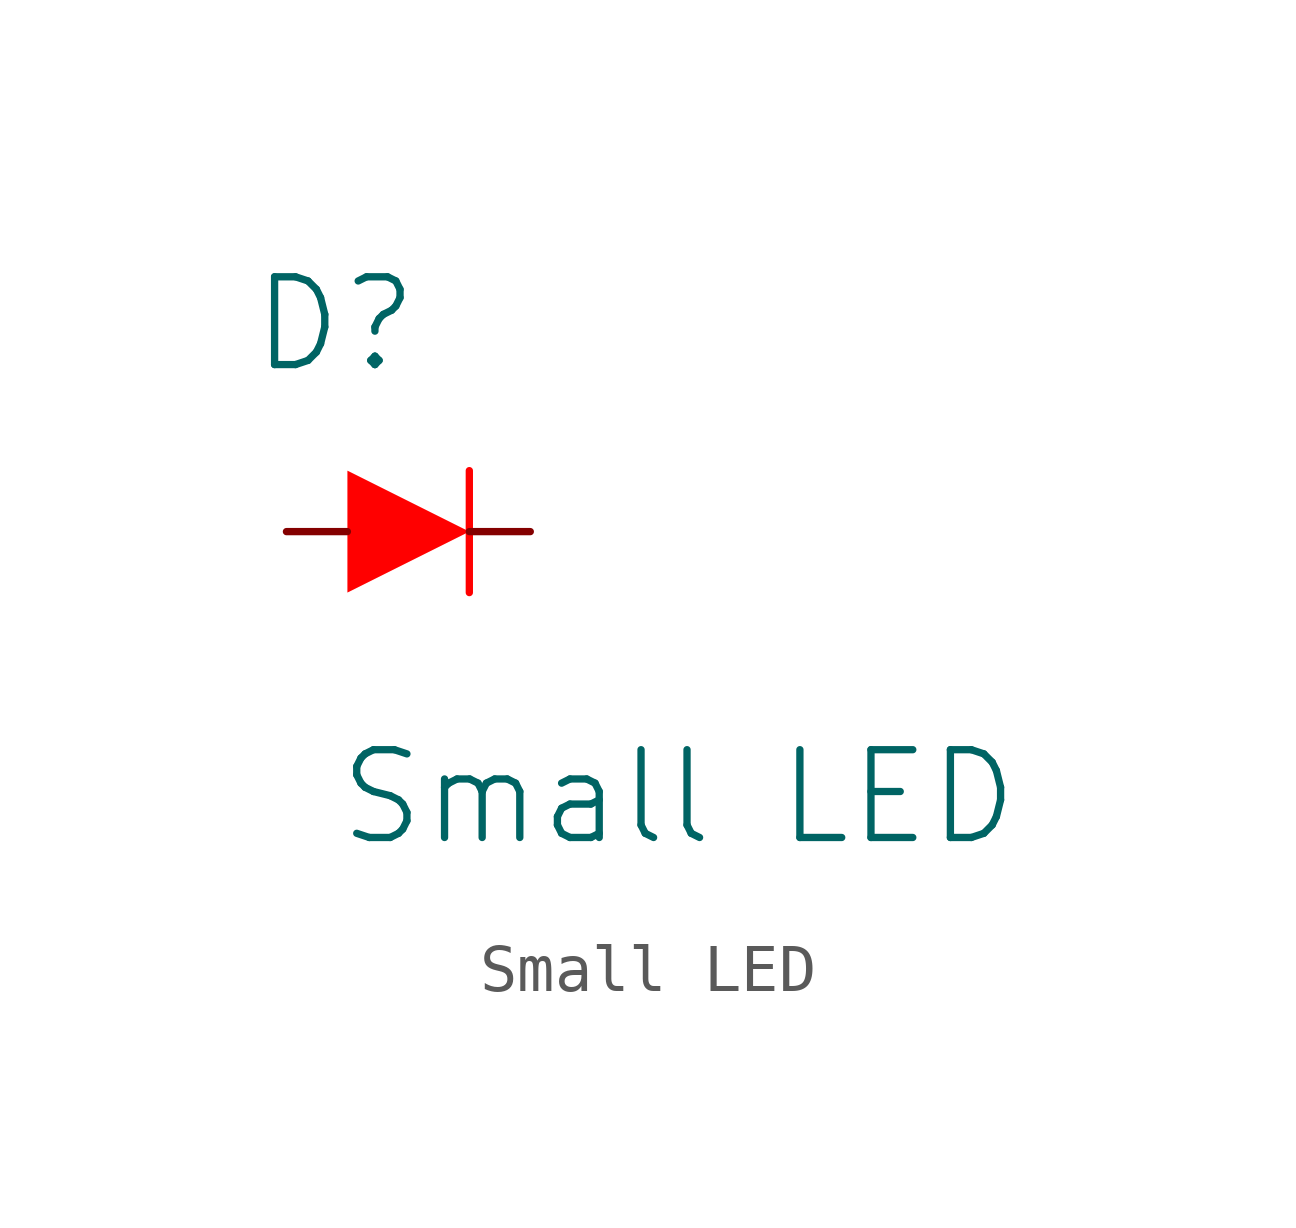
<source format=kicad_sym>
(kicad_symbol_lib
  (version 20241209)
  (generator "kicad_symbol_editor")
  (generator_version "9.0")
  (symbol "Small LED"
    (pin_numbers
      (hide yes))
    (pin_names
      (hide yes))
    (property "Reference" "D"
      (at -0.254 3.048 0)
      (effects (font (size 1.829 1.829))))
    (property "Value" "Small LED"
      (at -0.254 -7.874 0)
      (effects (font (size 1.829 1.829)) (justify left bottom)))
    (symbol "Small LED_1_0"
      (polyline (pts (xy 0 -2.54) (xy 2.54 -1.27) (xy 0 0) (xy 0 -2.54)) (stroke (width -0.0001) (type solid) (color 255 0 0 1)) (fill (type outline)))
      (polyline (pts (xy 2.54 0) (xy 2.54 -2.54)) (stroke (width 0) (type solid) (color 255 0 0 1)) (fill (type none)))
      (pin passive line (at -1.27 -1.27 0) (length 1.27) (name "A" (effects (font (size 1.27 1.27)))) (number "1" (effects (font (size 1.27 1.27)))))
      (pin passive line (at 3.81 -1.27 180) (length 1.27) (name "K" (effects (font (size 1.27 1.27)))) (number "2" (effects (font (size 1.27 1.27))))))))
</source>
